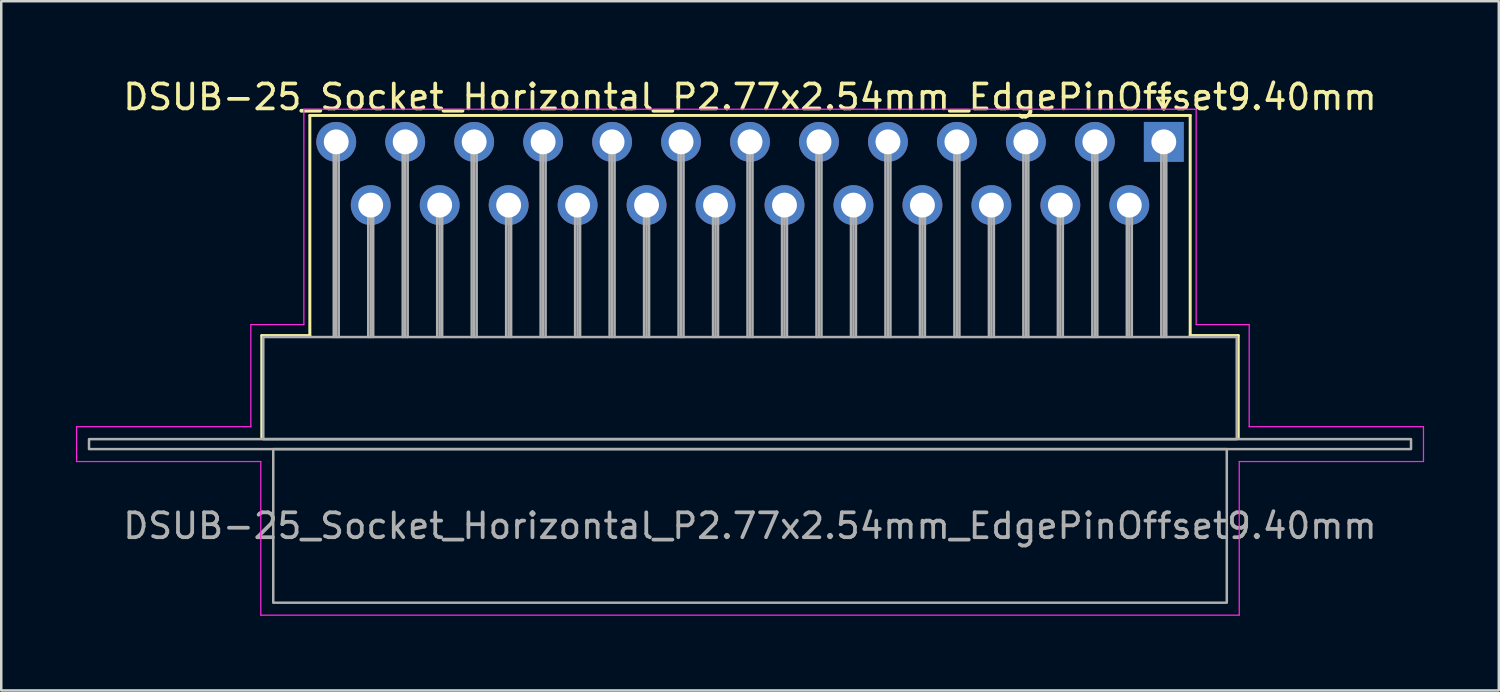
<source format=kicad_pcb>
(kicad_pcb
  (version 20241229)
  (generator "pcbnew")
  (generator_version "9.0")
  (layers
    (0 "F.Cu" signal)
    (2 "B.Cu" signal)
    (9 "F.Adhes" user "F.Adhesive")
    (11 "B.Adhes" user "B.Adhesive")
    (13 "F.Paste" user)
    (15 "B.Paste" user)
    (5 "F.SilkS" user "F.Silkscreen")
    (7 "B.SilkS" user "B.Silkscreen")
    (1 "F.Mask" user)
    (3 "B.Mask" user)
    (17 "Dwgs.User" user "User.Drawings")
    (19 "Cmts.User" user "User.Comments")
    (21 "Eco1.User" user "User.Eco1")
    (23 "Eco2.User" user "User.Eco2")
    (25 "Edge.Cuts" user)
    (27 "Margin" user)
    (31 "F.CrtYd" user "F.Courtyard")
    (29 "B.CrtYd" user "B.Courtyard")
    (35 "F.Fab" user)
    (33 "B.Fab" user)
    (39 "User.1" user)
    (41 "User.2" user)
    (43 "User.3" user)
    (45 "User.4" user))
  (footprint "DSUB-25_Socket_Horizontal_P2.77x2.54mm_EdgePinOffset9.40mm"
    (layer "F.Cu")
    (at 43.695 2.648)
    (property "Reference" "DSUB-25_Socket_Horizontal_P2.77x2.54mm_EdgePinOffset9.40mm" (at -16.62 -1.8 0) (layer "F.SilkS") (effects (font (size 1 1) (thickness 0.15))))
    (attr through_hole)
    (fp_line (start -36.23 7.78) (end -34.3 7.78) (stroke (width 0.12) (type solid)) (layer "F.SilkS"))
    (fp_line (start -36.23 11.88) (end -36.23 7.78) (stroke (width 0.12) (type solid)) (layer "F.SilkS"))
    (fp_line (start -34.3 -1.06) (end 1.06 -1.06) (stroke (width 0.12) (type solid)) (layer "F.SilkS"))
    (fp_line (start -34.3 7.78) (end -34.3 -1.06) (stroke (width 0.12) (type solid)) (layer "F.SilkS"))
    (fp_line (start -0.25 -1.754) (end 0.25 -1.754) (stroke (width 0.12) (type solid)) (layer "F.SilkS"))
    (fp_line (start 0 -1.321) (end -0.25 -1.754) (stroke (width 0.12) (type solid)) (layer "F.SilkS"))
    (fp_line (start 0.25 -1.754) (end 0 -1.321) (stroke (width 0.12) (type solid)) (layer "F.SilkS"))
    (fp_line (start 1.06 -1.06) (end 1.06 7.78) (stroke (width 0.12) (type solid)) (layer "F.SilkS"))
    (fp_line (start 1.06 7.78) (end 2.99 7.78) (stroke (width 0.12) (type solid)) (layer "F.SilkS"))
    (fp_line (start 2.99 7.78) (end 2.99 11.88) (stroke (width 0.12) (type solid)) (layer "F.SilkS"))
    (fp_line (start -43.67 11.44) (end -36.67 11.44) (stroke (width 0.05) (type solid)) (layer "F.CrtYd"))
    (fp_line (start -43.67 12.84) (end -43.67 11.44) (stroke (width 0.05) (type solid)) (layer "F.CrtYd"))
    (fp_line (start -36.67 7.34) (end -34.54 7.34) (stroke (width 0.05) (type solid)) (layer "F.CrtYd"))
    (fp_line (start -36.67 11.44) (end -36.67 7.34) (stroke (width 0.05) (type solid)) (layer "F.CrtYd"))
    (fp_line (start -36.27 12.84) (end -43.67 12.84) (stroke (width 0.05) (type solid)) (layer "F.CrtYd"))
    (fp_line (start -36.27 19.01) (end -36.27 12.84) (stroke (width 0.05) (type solid)) (layer "F.CrtYd"))
    (fp_line (start -34.54 -1.31) (end 1.3 -1.31) (stroke (width 0.05) (type solid)) (layer "F.CrtYd"))
    (fp_line (start -34.54 7.34) (end -34.54 -1.31) (stroke (width 0.05) (type solid)) (layer "F.CrtYd"))
    (fp_line (start 1.3 -1.31) (end 1.3 7.34) (stroke (width 0.05) (type solid)) (layer "F.CrtYd"))
    (fp_line (start 1.3 7.34) (end 3.43 7.34) (stroke (width 0.05) (type solid)) (layer "F.CrtYd"))
    (fp_line (start 3.03 12.84) (end 3.03 19.01) (stroke (width 0.05) (type solid)) (layer "F.CrtYd"))
    (fp_line (start 3.03 19.01) (end -36.27 19.01) (stroke (width 0.05) (type solid)) (layer "F.CrtYd"))
    (fp_line (start 3.43 7.34) (end 3.43 11.44) (stroke (width 0.05) (type solid)) (layer "F.CrtYd"))
    (fp_line (start 3.43 11.44) (end 10.43 11.44) (stroke (width 0.05) (type solid)) (layer "F.CrtYd"))
    (fp_line (start 10.43 11.44) (end 10.43 12.84) (stroke (width 0.05) (type solid)) (layer "F.CrtYd"))
    (fp_line (start 10.43 12.84) (end 3.03 12.84) (stroke (width 0.05) (type solid)) (layer "F.CrtYd"))
    (fp_line (start -33.34 0) (end -33.34 7.84) (stroke (width 0.1) (type solid)) (layer "F.Fab"))
    (fp_line (start -33.24 0) (end -33.24 7.84) (stroke (width 0.1) (type solid)) (layer "F.Fab"))
    (fp_line (start -33.14 0) (end -33.14 7.84) (stroke (width 0.1) (type solid)) (layer "F.Fab"))
    (fp_line (start -31.955 2.54) (end -31.955 7.84) (stroke (width 0.1) (type solid)) (layer "F.Fab"))
    (fp_line (start -31.855 2.54) (end -31.855 7.84) (stroke (width 0.1) (type solid)) (layer "F.Fab"))
    (fp_line (start -31.755 2.54) (end -31.755 7.84) (stroke (width 0.1) (type solid)) (layer "F.Fab"))
    (fp_line (start -30.57 0) (end -30.57 7.84) (stroke (width 0.1) (type solid)) (layer "F.Fab"))
    (fp_line (start -30.47 0) (end -30.47 7.84) (stroke (width 0.1) (type solid)) (layer "F.Fab"))
    (fp_line (start -30.37 0) (end -30.37 7.84) (stroke (width 0.1) (type solid)) (layer "F.Fab"))
    (fp_line (start -29.185 2.54) (end -29.185 7.84) (stroke (width 0.1) (type solid)) (layer "F.Fab"))
    (fp_line (start -29.085 2.54) (end -29.085 7.84) (stroke (width 0.1) (type solid)) (layer "F.Fab"))
    (fp_line (start -28.985 2.54) (end -28.985 7.84) (stroke (width 0.1) (type solid)) (layer "F.Fab"))
    (fp_line (start -27.8 0) (end -27.8 7.84) (stroke (width 0.1) (type solid)) (layer "F.Fab"))
    (fp_line (start -27.7 0) (end -27.7 7.84) (stroke (width 0.1) (type solid)) (layer "F.Fab"))
    (fp_line (start -27.6 0) (end -27.6 7.84) (stroke (width 0.1) (type solid)) (layer "F.Fab"))
    (fp_line (start -26.415 2.54) (end -26.415 7.84) (stroke (width 0.1) (type solid)) (layer "F.Fab"))
    (fp_line (start -26.315 2.54) (end -26.315 7.84) (stroke (width 0.1) (type solid)) (layer "F.Fab"))
    (fp_line (start -26.215 2.54) (end -26.215 7.84) (stroke (width 0.1) (type solid)) (layer "F.Fab"))
    (fp_line (start -25.03 0) (end -25.03 7.84) (stroke (width 0.1) (type solid)) (layer "F.Fab"))
    (fp_line (start -24.93 0) (end -24.93 7.84) (stroke (width 0.1) (type solid)) (layer "F.Fab"))
    (fp_line (start -24.83 0) (end -24.83 7.84) (stroke (width 0.1) (type solid)) (layer "F.Fab"))
    (fp_line (start -23.645 2.54) (end -23.645 7.84) (stroke (width 0.1) (type solid)) (layer "F.Fab"))
    (fp_line (start -23.545 2.54) (end -23.545 7.84) (stroke (width 0.1) (type solid)) (layer "F.Fab"))
    (fp_line (start -23.445 2.54) (end -23.445 7.84) (stroke (width 0.1) (type solid)) (layer "F.Fab"))
    (fp_line (start -22.26 0) (end -22.26 7.84) (stroke (width 0.1) (type solid)) (layer "F.Fab"))
    (fp_line (start -22.16 0) (end -22.16 7.84) (stroke (width 0.1) (type solid)) (layer "F.Fab"))
    (fp_line (start -22.06 0) (end -22.06 7.84) (stroke (width 0.1) (type solid)) (layer "F.Fab"))
    (fp_line (start -20.875 2.54) (end -20.875 7.84) (stroke (width 0.1) (type solid)) (layer "F.Fab"))
    (fp_line (start -20.775 2.54) (end -20.775 7.84) (stroke (width 0.1) (type solid)) (layer "F.Fab"))
    (fp_line (start -20.675 2.54) (end -20.675 7.84) (stroke (width 0.1) (type solid)) (layer "F.Fab"))
    (fp_line (start -19.49 0) (end -19.49 7.84) (stroke (width 0.1) (type solid)) (layer "F.Fab"))
    (fp_line (start -19.39 0) (end -19.39 7.84) (stroke (width 0.1) (type solid)) (layer "F.Fab"))
    (fp_line (start -19.29 0) (end -19.29 7.84) (stroke (width 0.1) (type solid)) (layer "F.Fab"))
    (fp_line (start -18.105 2.54) (end -18.105 7.84) (stroke (width 0.1) (type solid)) (layer "F.Fab"))
    (fp_line (start -18.005 2.54) (end -18.005 7.84) (stroke (width 0.1) (type solid)) (layer "F.Fab"))
    (fp_line (start -17.905 2.54) (end -17.905 7.84) (stroke (width 0.1) (type solid)) (layer "F.Fab"))
    (fp_line (start -16.72 0) (end -16.72 7.84) (stroke (width 0.1) (type solid)) (layer "F.Fab"))
    (fp_line (start -16.62 0) (end -16.62 7.84) (stroke (width 0.1) (type solid)) (layer "F.Fab"))
    (fp_line (start -16.52 0) (end -16.52 7.84) (stroke (width 0.1) (type solid)) (layer "F.Fab"))
    (fp_line (start -15.335 2.54) (end -15.335 7.84) (stroke (width 0.1) (type solid)) (layer "F.Fab"))
    (fp_line (start -15.235 2.54) (end -15.235 7.84) (stroke (width 0.1) (type solid)) (layer "F.Fab"))
    (fp_line (start -15.135 2.54) (end -15.135 7.84) (stroke (width 0.1) (type solid)) (layer "F.Fab"))
    (fp_line (start -13.95 0) (end -13.95 7.84) (stroke (width 0.1) (type solid)) (layer "F.Fab"))
    (fp_line (start -13.85 0) (end -13.85 7.84) (stroke (width 0.1) (type solid)) (layer "F.Fab"))
    (fp_line (start -13.75 0) (end -13.75 7.84) (stroke (width 0.1) (type solid)) (layer "F.Fab"))
    (fp_line (start -12.565 2.54) (end -12.565 7.84) (stroke (width 0.1) (type solid)) (layer "F.Fab"))
    (fp_line (start -12.465 2.54) (end -12.465 7.84) (stroke (width 0.1) (type solid)) (layer "F.Fab"))
    (fp_line (start -12.365 2.54) (end -12.365 7.84) (stroke (width 0.1) (type solid)) (layer "F.Fab"))
    (fp_line (start -11.18 0) (end -11.18 7.84) (stroke (width 0.1) (type solid)) (layer "F.Fab"))
    (fp_line (start -11.08 0) (end -11.08 7.84) (stroke (width 0.1) (type solid)) (layer "F.Fab"))
    (fp_line (start -10.98 0) (end -10.98 7.84) (stroke (width 0.1) (type solid)) (layer "F.Fab"))
    (fp_line (start -9.795 2.54) (end -9.795 7.84) (stroke (width 0.1) (type solid)) (layer "F.Fab"))
    (fp_line (start -9.695 2.54) (end -9.695 7.84) (stroke (width 0.1) (type solid)) (layer "F.Fab"))
    (fp_line (start -9.595 2.54) (end -9.595 7.84) (stroke (width 0.1) (type solid)) (layer "F.Fab"))
    (fp_line (start -8.41 0) (end -8.41 7.84) (stroke (width 0.1) (type solid)) (layer "F.Fab"))
    (fp_line (start -8.31 0) (end -8.31 7.84) (stroke (width 0.1) (type solid)) (layer "F.Fab"))
    (fp_line (start -8.21 0) (end -8.21 7.84) (stroke (width 0.1) (type solid)) (layer "F.Fab"))
    (fp_line (start -7.025 2.54) (end -7.025 7.84) (stroke (width 0.1) (type solid)) (layer "F.Fab"))
    (fp_line (start -6.925 2.54) (end -6.925 7.84) (stroke (width 0.1) (type solid)) (layer "F.Fab"))
    (fp_line (start -6.825 2.54) (end -6.825 7.84) (stroke (width 0.1) (type solid)) (layer "F.Fab"))
    (fp_line (start -5.64 0) (end -5.64 7.84) (stroke (width 0.1) (type solid)) (layer "F.Fab"))
    (fp_line (start -5.54 0) (end -5.54 7.84) (stroke (width 0.1) (type solid)) (layer "F.Fab"))
    (fp_line (start -5.44 0) (end -5.44 7.84) (stroke (width 0.1) (type solid)) (layer "F.Fab"))
    (fp_line (start -4.255 2.54) (end -4.255 7.84) (stroke (width 0.1) (type solid)) (layer "F.Fab"))
    (fp_line (start -4.155 2.54) (end -4.155 7.84) (stroke (width 0.1) (type solid)) (layer "F.Fab"))
    (fp_line (start -4.055 2.54) (end -4.055 7.84) (stroke (width 0.1) (type solid)) (layer "F.Fab"))
    (fp_line (start -2.87 0) (end -2.87 7.84) (stroke (width 0.1) (type solid)) (layer "F.Fab"))
    (fp_line (start -2.77 0) (end -2.77 7.84) (stroke (width 0.1) (type solid)) (layer "F.Fab"))
    (fp_line (start -2.67 0) (end -2.67 7.84) (stroke (width 0.1) (type solid)) (layer "F.Fab"))
    (fp_line (start -1.485 2.54) (end -1.485 7.84) (stroke (width 0.1) (type solid)) (layer "F.Fab"))
    (fp_line (start -1.385 2.54) (end -1.385 7.84) (stroke (width 0.1) (type solid)) (layer "F.Fab"))
    (fp_line (start -1.285 2.54) (end -1.285 7.84) (stroke (width 0.1) (type solid)) (layer "F.Fab"))
    (fp_line (start -0.1 0) (end -0.1 7.84) (stroke (width 0.1) (type solid)) (layer "F.Fab"))
    (fp_line (start 0 0) (end 0 7.84) (stroke (width 0.1) (type solid)) (layer "F.Fab"))
    (fp_line (start 0.1 0) (end 0.1 7.84) (stroke (width 0.1) (type solid)) (layer "F.Fab"))
    (fp_rect (start -43.17 11.94) (end 9.93 12.34) (stroke (width 0.1) (type solid)) (fill no) (layer "F.Fab"))
    (fp_rect (start -36.17 7.84) (end 2.93 11.94) (stroke (width 0.1) (type solid)) (fill no) (layer "F.Fab"))
    (fp_rect (start -35.77 12.34) (end 2.53 18.51) (stroke (width 0.1) (type solid)) (fill no) (layer "F.Fab"))
    (fp_text user "${REFERENCE}" (at -16.62 15.425 0) (layer "F.Fab") (effects (font (size 1 1) (thickness 0.15))))
    (pad "1" thru_hole rect (at 0 0) (size 1.6 1.6) (drill 1) (layers "*.Cu" "*.Mask"))
    (pad "2" thru_hole circle (at -2.77 0) (size 1.6 1.6) (drill 1) (layers "*.Cu" "*.Mask"))
    (pad "3" thru_hole circle (at -5.54 0) (size 1.6 1.6) (drill 1) (layers "*.Cu" "*.Mask"))
    (pad "4" thru_hole circle (at -8.31 0) (size 1.6 1.6) (drill 1) (layers "*.Cu" "*.Mask"))
    (pad "5" thru_hole circle (at -11.08 0) (size 1.6 1.6) (drill 1) (layers "*.Cu" "*.Mask"))
    (pad "6" thru_hole circle (at -13.85 0) (size 1.6 1.6) (drill 1) (layers "*.Cu" "*.Mask"))
    (pad "7" thru_hole circle (at -16.62 0) (size 1.6 1.6) (drill 1) (layers "*.Cu" "*.Mask"))
    (pad "8" thru_hole circle (at -19.39 0) (size 1.6 1.6) (drill 1) (layers "*.Cu" "*.Mask"))
    (pad "9" thru_hole circle (at -22.16 0) (size 1.6 1.6) (drill 1) (layers "*.Cu" "*.Mask"))
    (pad "10" thru_hole circle (at -24.93 0) (size 1.6 1.6) (drill 1) (layers "*.Cu" "*.Mask"))
    (pad "11" thru_hole circle (at -27.7 0) (size 1.6 1.6) (drill 1) (layers "*.Cu" "*.Mask"))
    (pad "12" thru_hole circle (at -30.47 0) (size 1.6 1.6) (drill 1) (layers "*.Cu" "*.Mask"))
    (pad "13" thru_hole circle (at -33.24 0) (size 1.6 1.6) (drill 1) (layers "*.Cu" "*.Mask"))
    (pad "14" thru_hole circle (at -1.385 2.54) (size 1.6 1.6) (drill 1) (layers "*.Cu" "*.Mask"))
    (pad "15" thru_hole circle (at -4.155 2.54) (size 1.6 1.6) (drill 1) (layers "*.Cu" "*.Mask"))
    (pad "16" thru_hole circle (at -6.925 2.54) (size 1.6 1.6) (drill 1) (layers "*.Cu" "*.Mask"))
    (pad "17" thru_hole circle (at -9.695 2.54) (size 1.6 1.6) (drill 1) (layers "*.Cu" "*.Mask"))
    (pad "18" thru_hole circle (at -12.465 2.54) (size 1.6 1.6) (drill 1) (layers "*.Cu" "*.Mask"))
    (pad "19" thru_hole circle (at -15.235 2.54) (size 1.6 1.6) (drill 1) (layers "*.Cu" "*.Mask"))
    (pad "20" thru_hole circle (at -18.005 2.54) (size 1.6 1.6) (drill 1) (layers "*.Cu" "*.Mask"))
    (pad "21" thru_hole circle (at -20.775 2.54) (size 1.6 1.6) (drill 1) (layers "*.Cu" "*.Mask"))
    (pad "22" thru_hole circle (at -23.545 2.54) (size 1.6 1.6) (drill 1) (layers "*.Cu" "*.Mask"))
    (pad "23" thru_hole circle (at -26.315 2.54) (size 1.6 1.6) (drill 1) (layers "*.Cu" "*.Mask"))
    (pad "24" thru_hole circle (at -29.085 2.54) (size 1.6 1.6) (drill 1) (layers "*.Cu" "*.Mask"))
    (pad "25" thru_hole circle (at -31.855 2.54) (size 1.6 1.6) (drill 1) (layers "*.Cu" "*.Mask")))
  (gr_rect
    (start -3 -3)
    (end 57.15 24.683)
    (stroke (width 0.1) (type default))
    (fill no)
    (layer "Edge.Cuts")))
</source>
